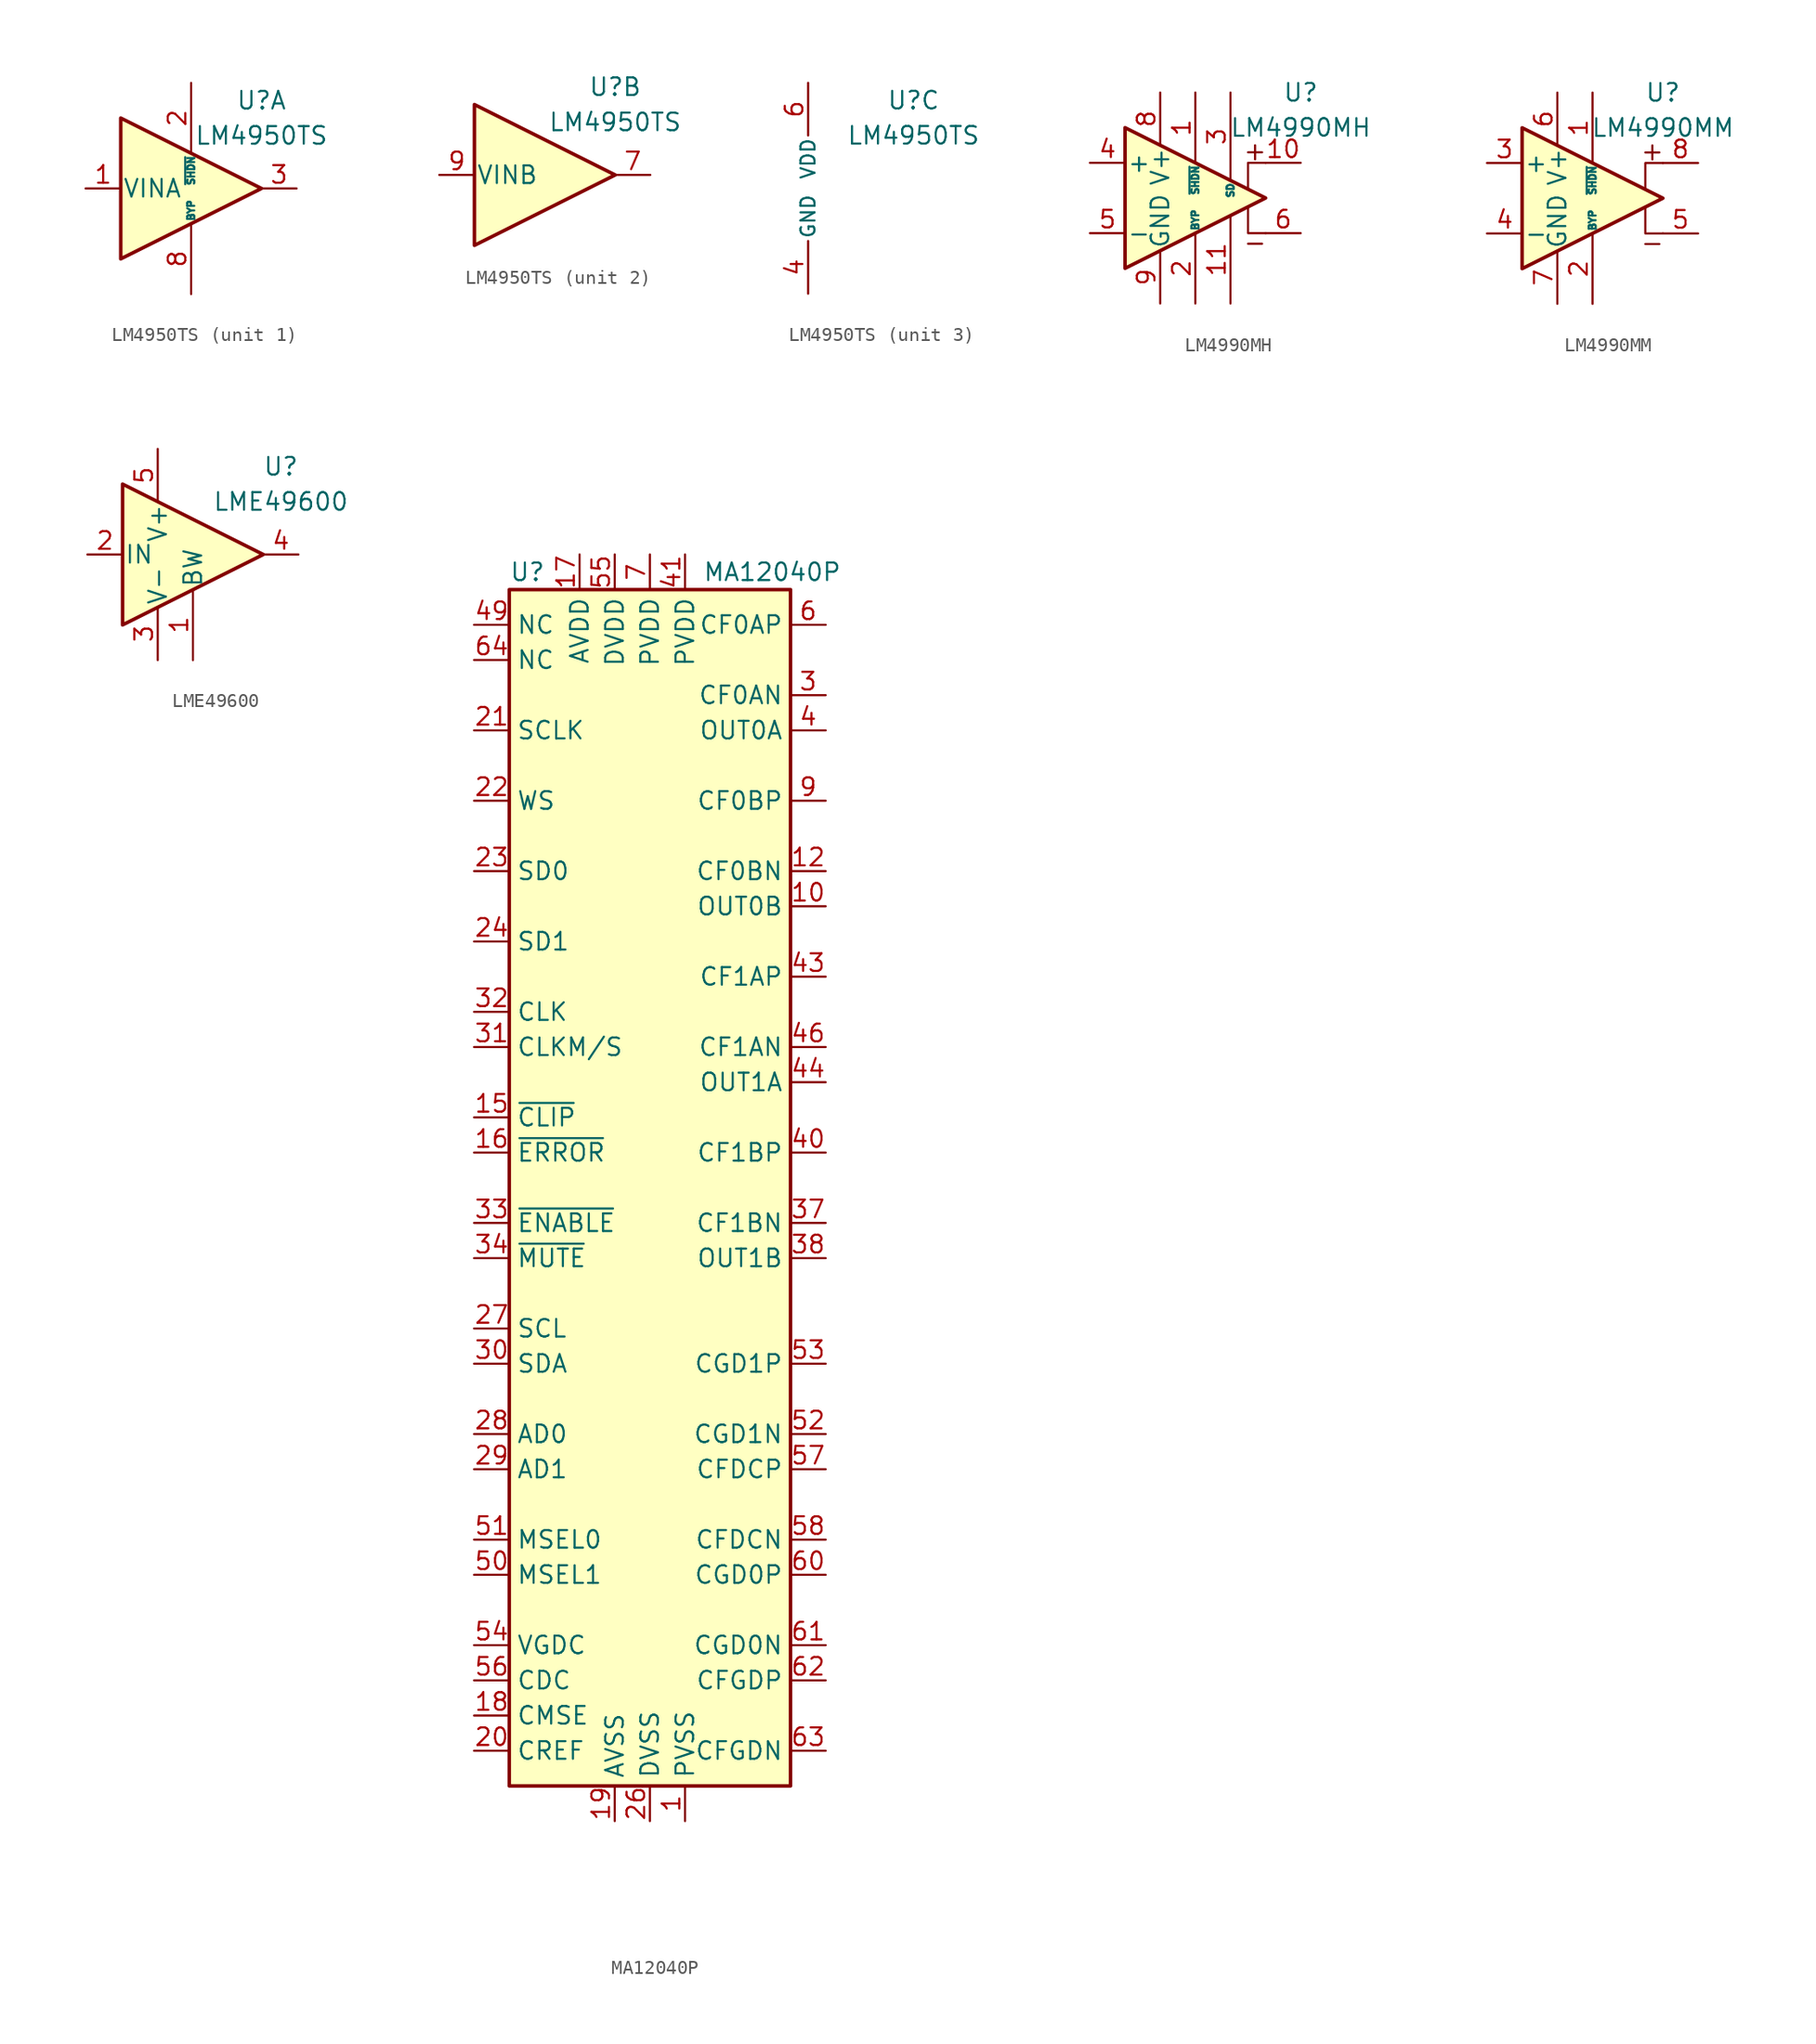
<source format=kicad_sym>
(kicad_symbol_lib
  (version 20241209)
  (generator "kicad_symbol_editor")
  (generator_version "9.0")
  (symbol "LM4950TS"
    (pin_names
      (offset 0.127))
    (property "Reference" "U"
      (at 5.08 6.35 0)
      (effects (font (size 1.27 1.27))))
    (property "Value" "LM4950TS"
      (at 5.08 3.81 0)
      (effects (font (size 1.27 1.27))))
    (property "ki_locked" ""
      (at 0 0 0)
      (effects (font (size 1.27 1.27))))
    (symbol "LM4950TS_1_1"
      (polyline (pts (xy -5.08 5.08) (xy 5.08 0) (xy -5.08 -5.08) (xy -5.08 5.08)) (stroke (width 0.254) (type default)) (fill (type background)))
      (pin input line (at -7.62 0 0) (length 2.54) (name "VINA" (effects (font (size 1.27 1.27)))) (number "1" (effects (font (size 1.27 1.27)))))
      (pin input line (at 0 7.62 270) (length 5.08) (name "~{SHDN}" (effects (font (size 0.508 0.508)))) (number "2" (effects (font (size 1.27 1.27)))))
      (pin passive line (at 0 -7.62 90) (length 5.08) (name "BYP" (effects (font (size 0.508 0.508)))) (number "8" (effects (font (size 1.27 1.27)))))
      (pin output line (at 7.62 0 180) (length 2.54) (name "~" (effects (font (size 1.27 1.27)))) (number "3" (effects (font (size 1.27 1.27))))))
    (symbol "LM4950TS_2_1"
      (polyline (pts (xy -5.08 5.08) (xy 5.08 0) (xy -5.08 -5.08) (xy -5.08 5.08)) (stroke (width 0.254) (type default)) (fill (type background)))
      (pin input line (at -7.62 0 0) (length 2.54) (name "VINB" (effects (font (size 1.27 1.27)))) (number "9" (effects (font (size 1.27 1.27)))))
      (pin output line (at 7.62 0 180) (length 2.54) (name "~" (effects (font (size 1.27 1.27)))) (number "7" (effects (font (size 1.27 1.27))))))
    (symbol "LM4950TS_3_1"
      (pin power_in line (at -2.54 7.62 270) (length 3.81) (name "VDD" (effects (font (size 1.016 1.016)))) (number "6" (effects (font (size 1.27 1.27)))))
      (pin power_in line (at -2.54 -7.62 90) (length 3.81) (name "GND" (effects (font (size 1.016 1.016)))) (number "4" (effects (font (size 1.27 1.27)))))
      (pin passive line (at -2.54 -7.62 90) (length 3.81) (hide yes) (name "GND" (effects (font (size 1.016 1.016)))) (number "5" (effects (font (size 1.27 1.27)))))))
  (symbol "LM4990MH"
    (pin_names
      (offset 0.127))
    (property "Reference" "U"
      (at 7.62 7.62 0)
      (effects (font (size 1.27 1.27))))
    (property "Value" "LM4990MH"
      (at 7.62 5.08 0)
      (effects (font (size 1.27 1.27))))
    (symbol "LM4990MH_0_1"
      (polyline (pts (xy -5.08 5.08) (xy 5.08 0) (xy -5.08 -5.08) (xy -5.08 5.08)) (stroke (width 0.254) (type default)) (fill (type background)))
      (polyline (pts (xy 3.81 -0.635) (xy 3.81 -2.54) (xy 5.08 -2.54)) (stroke (width 0) (type default)) (fill (type none)))
      (polyline (pts (xy 5.08 2.54) (xy 3.81 2.54) (xy 3.81 0.635)) (stroke (width 0) (type default)) (fill (type none))))
    (symbol "LM4990MH_1_1"
      (polyline (pts (xy 3.81 -3.302) (xy 4.826 -3.302)) (stroke (width 0) (type default)) (fill (type none)))
      (polyline (pts (xy 4.318 3.81) (xy 4.318 2.794)) (stroke (width 0) (type default)) (fill (type none)))
      (polyline (pts (xy 4.826 3.302) (xy 3.81 3.302)) (stroke (width 0) (type default)) (fill (type none)))
      (pin input line (at -7.62 2.54 0) (length 2.54) (name "+" (effects (font (size 1.27 1.27)))) (number "4" (effects (font (size 1.27 1.27)))))
      (pin input line (at -7.62 -2.54 0) (length 2.54) (name "-" (effects (font (size 1.27 1.27)))) (number "5" (effects (font (size 1.27 1.27)))))
      (pin power_in line (at -2.54 7.62 270) (length 3.81) (name "V+" (effects (font (size 1.27 1.27)))) (number "8" (effects (font (size 1.27 1.27)))))
      (pin power_in line (at -2.54 -7.62 90) (length 3.81) (name "GND" (effects (font (size 1.27 1.27)))) (number "9" (effects (font (size 1.27 1.27)))))
      (pin input line (at 0 7.62 270) (length 5.08) (name "~{SHDN}" (effects (font (size 0.508 0.508)))) (number "1" (effects (font (size 1.27 1.27)))))
      (pin no_connect line (at 0 2.54 270) (length 2.54) (hide yes) (name "NC" (effects (font (size 1.27 1.27)))) (number "7" (effects (font (size 1.27 1.27)))))
      (pin input line (at 0 -7.62 90) (length 5.08) (name "BYP" (effects (font (size 0.508 0.508)))) (number "2" (effects (font (size 1.27 1.27)))))
      (pin input line (at 2.54 7.62 270) (length 6.35) (name "SD" (effects (font (size 0.508 0.508)))) (number "3" (effects (font (size 1.27 1.27)))))
      (pin power_in line (at 2.54 -7.62 90) (length 6.35) (name "~" (effects (font (size 1.27 1.27)))) (number "11" (effects (font (size 1.27 1.27)))))
      (pin output line (at 7.62 2.54 180) (length 2.54) (name "~" (effects (font (size 1.27 1.27)))) (number "10" (effects (font (size 1.27 1.27)))))
      (pin output line (at 7.62 -2.54 180) (length 2.54) (name "~" (effects (font (size 1.27 1.27)))) (number "6" (effects (font (size 1.27 1.27)))))))
  (symbol "LM4990MM"
    (pin_names
      (offset 0.127))
    (property "Reference" "U"
      (at 5.08 7.62 0)
      (effects (font (size 1.27 1.27))))
    (property "Value" "LM4990MM"
      (at 5.08 5.08 0)
      (effects (font (size 1.27 1.27))))
    (symbol "LM4990MM_0_1"
      (polyline (pts (xy -5.08 5.08) (xy 5.08 0) (xy -5.08 -5.08) (xy -5.08 5.08)) (stroke (width 0.254) (type default)) (fill (type background)))
      (polyline (pts (xy 3.81 -0.635) (xy 3.81 -2.54) (xy 5.08 -2.54)) (stroke (width 0) (type default)) (fill (type none)))
      (polyline (pts (xy 5.08 2.54) (xy 3.81 2.54) (xy 3.81 0.635)) (stroke (width 0) (type default)) (fill (type none))))
    (symbol "LM4990MM_1_1"
      (polyline (pts (xy 3.81 -3.302) (xy 4.826 -3.302)) (stroke (width 0) (type default)) (fill (type none)))
      (polyline (pts (xy 4.318 3.81) (xy 4.318 2.794)) (stroke (width 0) (type default)) (fill (type none)))
      (polyline (pts (xy 4.826 3.302) (xy 3.81 3.302)) (stroke (width 0) (type default)) (fill (type none)))
      (pin input line (at -7.62 2.54 0) (length 2.54) (name "+" (effects (font (size 1.27 1.27)))) (number "3" (effects (font (size 1.27 1.27)))))
      (pin input line (at -7.62 -2.54 0) (length 2.54) (name "-" (effects (font (size 1.27 1.27)))) (number "4" (effects (font (size 1.27 1.27)))))
      (pin power_in line (at -2.54 7.62 270) (length 3.81) (name "V+" (effects (font (size 1.27 1.27)))) (number "6" (effects (font (size 1.27 1.27)))))
      (pin power_in line (at -2.54 -7.62 90) (length 3.81) (name "GND" (effects (font (size 1.27 1.27)))) (number "7" (effects (font (size 1.27 1.27)))))
      (pin input line (at 0 7.62 270) (length 5.08) (name "~{SHDN}" (effects (font (size 0.508 0.508)))) (number "1" (effects (font (size 1.27 1.27)))))
      (pin input line (at 0 -7.62 90) (length 5.08) (name "BYP" (effects (font (size 0.508 0.508)))) (number "2" (effects (font (size 1.27 1.27)))))
      (pin output line (at 7.62 2.54 180) (length 2.54) (name "~" (effects (font (size 1.27 1.27)))) (number "8" (effects (font (size 1.27 1.27)))))
      (pin output line (at 7.62 -2.54 180) (length 2.54) (name "~" (effects (font (size 1.27 1.27)))) (number "5" (effects (font (size 1.27 1.27)))))))
  (symbol "LME49600"
    (pin_names
      (offset 0.127))
    (property "Reference" "U"
      (at 6.35 6.35 0)
      (effects (font (size 1.27 1.27))))
    (property "Value" "LME49600"
      (at 6.35 3.81 0)
      (effects (font (size 1.27 1.27))))
    (symbol "LME49600_0_1"
      (polyline (pts (xy -5.08 5.08) (xy 5.08 0) (xy -5.08 -5.08) (xy -5.08 5.08)) (stroke (width 0.254) (type default)) (fill (type background))))
    (symbol "LME49600_1_1"
      (pin input line (at -7.62 0 0) (length 2.54) (name "IN" (effects (font (size 1.27 1.27)))) (number "2" (effects (font (size 1.27 1.27)))))
      (pin power_in line (at -2.54 7.62 270) (length 3.81) (name "V+" (effects (font (size 1.27 1.27)))) (number "5" (effects (font (size 1.27 1.27)))))
      (pin power_in line (at -2.54 -7.62 90) (length 3.81) (name "V-" (effects (font (size 1.27 1.27)))) (number "3" (effects (font (size 1.27 1.27)))))
      (pin passive line (at 0 -7.62 90) (length 5.08) (name "BW" (effects (font (size 1.27 1.27)))) (number "1" (effects (font (size 1.27 1.27)))))
      (pin output line (at 7.62 0 180) (length 2.54) (name "~" (effects (font (size 1.27 1.27)))) (number "4" (effects (font (size 1.27 1.27)))))))
  (symbol "MA12040P"
    (property "Reference" "U"
      (at -10.16 44.45 0)
      (effects (font (size 1.27 1.27)) (justify left)))
    (property "Value" "MA12040P"
      (at 3.81 44.45 0)
      (effects (font (size 1.27 1.27)) (justify left)))
    (symbol "MA12040P_0_1"
      (rectangle (start -10.16 -43.18) (end 10.16 43.18) (stroke (width 0.254) (type default)) (fill (type background))))
    (symbol "MA12040P_1_1"
      (pin passive line (at -12.7 40.64 0) (length 2.54) (name "NC" (effects (font (size 1.27 1.27)))) (number "49" (effects (font (size 1.27 1.27)))))
      (pin passive line (at -12.7 38.1 0) (length 2.54) (name "NC" (effects (font (size 1.27 1.27)))) (number "64" (effects (font (size 1.27 1.27)))))
      (pin input line (at -12.7 33.02 0) (length 2.54) (name "SCLK" (effects (font (size 1.27 1.27)))) (number "21" (effects (font (size 1.27 1.27)))))
      (pin input line (at -12.7 27.94 0) (length 2.54) (name "WS" (effects (font (size 1.27 1.27)))) (number "22" (effects (font (size 1.27 1.27)))))
      (pin input line (at -12.7 22.86 0) (length 2.54) (name "SD0" (effects (font (size 1.27 1.27)))) (number "23" (effects (font (size 1.27 1.27)))))
      (pin input line (at -12.7 17.78 0) (length 2.54) (name "SD1" (effects (font (size 1.27 1.27)))) (number "24" (effects (font (size 1.27 1.27)))))
      (pin input line (at -12.7 12.7 0) (length 2.54) (name "CLK" (effects (font (size 1.27 1.27)))) (number "32" (effects (font (size 1.27 1.27)))))
      (pin input line (at -12.7 10.16 0) (length 2.54) (name "CLKM/S" (effects (font (size 1.27 1.27)))) (number "31" (effects (font (size 1.27 1.27)))))
      (pin output line (at -12.7 5.08 0) (length 2.54) (name "~{CLIP}" (effects (font (size 1.27 1.27)))) (number "15" (effects (font (size 1.27 1.27)))))
      (pin output line (at -12.7 2.54 0) (length 2.54) (name "~{ERROR}" (effects (font (size 1.27 1.27)))) (number "16" (effects (font (size 1.27 1.27)))))
      (pin input line (at -12.7 -2.54 0) (length 2.54) (name "~{ENABLE}" (effects (font (size 1.27 1.27)))) (number "33" (effects (font (size 1.27 1.27)))))
      (pin input line (at -12.7 -5.08 0) (length 2.54) (name "~{MUTE}" (effects (font (size 1.27 1.27)))) (number "34" (effects (font (size 1.27 1.27)))))
      (pin input line (at -12.7 -10.16 0) (length 2.54) (name "SCL" (effects (font (size 1.27 1.27)))) (number "27" (effects (font (size 1.27 1.27)))))
      (pin bidirectional line (at -12.7 -12.7 0) (length 2.54) (name "SDA" (effects (font (size 1.27 1.27)))) (number "30" (effects (font (size 1.27 1.27)))))
      (pin input line (at -12.7 -17.78 0) (length 2.54) (name "AD0" (effects (font (size 1.27 1.27)))) (number "28" (effects (font (size 1.27 1.27)))))
      (pin input line (at -12.7 -20.32 0) (length 2.54) (name "AD1" (effects (font (size 1.27 1.27)))) (number "29" (effects (font (size 1.27 1.27)))))
      (pin input line (at -12.7 -25.4 0) (length 2.54) (name "MSEL0" (effects (font (size 1.27 1.27)))) (number "51" (effects (font (size 1.27 1.27)))))
      (pin input line (at -12.7 -27.94 0) (length 2.54) (name "MSEL1" (effects (font (size 1.27 1.27)))) (number "50" (effects (font (size 1.27 1.27)))))
      (pin passive line (at -12.7 -33.02 0) (length 2.54) (name "VGDC" (effects (font (size 1.27 1.27)))) (number "54" (effects (font (size 1.27 1.27)))))
      (pin passive line (at -12.7 -35.56 0) (length 2.54) (name "CDC" (effects (font (size 1.27 1.27)))) (number "56" (effects (font (size 1.27 1.27)))))
      (pin passive line (at -12.7 -38.1 0) (length 2.54) (name "CMSE" (effects (font (size 1.27 1.27)))) (number "18" (effects (font (size 1.27 1.27)))))
      (pin passive line (at -12.7 -40.64 0) (length 2.54) (name "CREF" (effects (font (size 1.27 1.27)))) (number "20" (effects (font (size 1.27 1.27)))))
      (pin power_in line (at -5.08 45.72 270) (length 2.54) (name "AVDD" (effects (font (size 1.27 1.27)))) (number "17" (effects (font (size 1.27 1.27)))))
      (pin power_in line (at -2.54 45.72 270) (length 2.54) (name "DVDD" (effects (font (size 1.27 1.27)))) (number "55" (effects (font (size 1.27 1.27)))))
      (pin power_in line (at -2.54 -45.72 90) (length 2.54) (name "AVSS" (effects (font (size 1.27 1.27)))) (number "19" (effects (font (size 1.27 1.27)))))
      (pin passive line (at -2.54 -45.72 90) (length 2.54) (hide yes) (name "AVSS" (effects (font (size 1.27 1.27)))) (number "25" (effects (font (size 1.27 1.27)))))
      (pin power_in line (at 0 45.72 270) (length 2.54) (name "PVDD" (effects (font (size 1.27 1.27)))) (number "7" (effects (font (size 1.27 1.27)))))
      (pin passive line (at 0 45.72 270) (length 2.54) (hide yes) (name "PVDD" (effects (font (size 1.27 1.27)))) (number "8" (effects (font (size 1.27 1.27)))))
      (pin power_in line (at 0 -45.72 90) (length 2.54) (name "DVSS" (effects (font (size 1.27 1.27)))) (number "26" (effects (font (size 1.27 1.27)))))
      (pin passive line (at 0 -45.72 90) (length 2.54) (hide yes) (name "DVSS" (effects (font (size 1.27 1.27)))) (number "59" (effects (font (size 1.27 1.27)))))
      (pin power_in line (at 2.54 45.72 270) (length 2.54) (name "PVDD" (effects (font (size 1.27 1.27)))) (number "41" (effects (font (size 1.27 1.27)))))
      (pin passive line (at 2.54 45.72 270) (length 2.54) (hide yes) (name "PVDD" (effects (font (size 1.27 1.27)))) (number "42" (effects (font (size 1.27 1.27)))))
      (pin power_in line (at 2.54 -45.72 90) (length 2.54) (name "PVSS" (effects (font (size 1.27 1.27)))) (number "1" (effects (font (size 1.27 1.27)))))
      (pin passive line (at 2.54 -45.72 90) (length 2.54) (hide yes) (name "PVSS" (effects (font (size 1.27 1.27)))) (number "13" (effects (font (size 1.27 1.27)))))
      (pin passive line (at 2.54 -45.72 90) (length 2.54) (hide yes) (name "PVSS" (effects (font (size 1.27 1.27)))) (number "14" (effects (font (size 1.27 1.27)))))
      (pin passive line (at 2.54 -45.72 90) (length 2.54) (hide yes) (name "PVSS" (effects (font (size 1.27 1.27)))) (number "2" (effects (font (size 1.27 1.27)))))
      (pin passive line (at 2.54 -45.72 90) (length 2.54) (hide yes) (name "PVSS" (effects (font (size 1.27 1.27)))) (number "35" (effects (font (size 1.27 1.27)))))
      (pin passive line (at 2.54 -45.72 90) (length 2.54) (hide yes) (name "PVSS" (effects (font (size 1.27 1.27)))) (number "36" (effects (font (size 1.27 1.27)))))
      (pin passive line (at 2.54 -45.72 90) (length 2.54) (hide yes) (name "PVSS" (effects (font (size 1.27 1.27)))) (number "47" (effects (font (size 1.27 1.27)))))
      (pin passive line (at 2.54 -45.72 90) (length 2.54) (hide yes) (name "PVSS" (effects (font (size 1.27 1.27)))) (number "48" (effects (font (size 1.27 1.27)))))
      (pin passive line (at 12.7 40.64 180) (length 2.54) (name "CF0AP" (effects (font (size 1.27 1.27)))) (number "6" (effects (font (size 1.27 1.27)))))
      (pin passive line (at 12.7 35.56 180) (length 2.54) (name "CF0AN" (effects (font (size 1.27 1.27)))) (number "3" (effects (font (size 1.27 1.27)))))
      (pin output line (at 12.7 33.02 180) (length 2.54) (name "OUT0A" (effects (font (size 1.27 1.27)))) (number "4" (effects (font (size 1.27 1.27)))))
      (pin passive line (at 12.7 33.02 180) (length 2.54) (hide yes) (name "OUT0A" (effects (font (size 1.27 1.27)))) (number "5" (effects (font (size 1.27 1.27)))))
      (pin passive line (at 12.7 27.94 180) (length 2.54) (name "CF0BP" (effects (font (size 1.27 1.27)))) (number "9" (effects (font (size 1.27 1.27)))))
      (pin passive line (at 12.7 22.86 180) (length 2.54) (name "CF0BN" (effects (font (size 1.27 1.27)))) (number "12" (effects (font (size 1.27 1.27)))))
      (pin output line (at 12.7 20.32 180) (length 2.54) (name "OUT0B" (effects (font (size 1.27 1.27)))) (number "10" (effects (font (size 1.27 1.27)))))
      (pin passive line (at 12.7 20.32 180) (length 2.54) (hide yes) (name "OUT0B" (effects (font (size 1.27 1.27)))) (number "11" (effects (font (size 1.27 1.27)))))
      (pin passive line (at 12.7 15.24 180) (length 2.54) (name "CF1AP" (effects (font (size 1.27 1.27)))) (number "43" (effects (font (size 1.27 1.27)))))
      (pin passive line (at 12.7 10.16 180) (length 2.54) (name "CF1AN" (effects (font (size 1.27 1.27)))) (number "46" (effects (font (size 1.27 1.27)))))
      (pin output line (at 12.7 7.62 180) (length 2.54) (name "OUT1A" (effects (font (size 1.27 1.27)))) (number "44" (effects (font (size 1.27 1.27)))))
      (pin passive line (at 12.7 7.62 180) (length 2.54) (hide yes) (name "OUT1A" (effects (font (size 1.27 1.27)))) (number "45" (effects (font (size 1.27 1.27)))))
      (pin passive line (at 12.7 2.54 180) (length 2.54) (name "CF1BP" (effects (font (size 1.27 1.27)))) (number "40" (effects (font (size 1.27 1.27)))))
      (pin passive line (at 12.7 -2.54 180) (length 2.54) (name "CF1BN" (effects (font (size 1.27 1.27)))) (number "37" (effects (font (size 1.27 1.27)))))
      (pin output line (at 12.7 -5.08 180) (length 2.54) (name "OUT1B" (effects (font (size 1.27 1.27)))) (number "38" (effects (font (size 1.27 1.27)))))
      (pin passive line (at 12.7 -5.08 180) (length 2.54) (hide yes) (name "OUT1B" (effects (font (size 1.27 1.27)))) (number "39" (effects (font (size 1.27 1.27)))))
      (pin passive line (at 12.7 -12.7 180) (length 2.54) (name "CGD1P" (effects (font (size 1.27 1.27)))) (number "53" (effects (font (size 1.27 1.27)))))
      (pin passive line (at 12.7 -17.78 180) (length 2.54) (name "CGD1N" (effects (font (size 1.27 1.27)))) (number "52" (effects (font (size 1.27 1.27)))))
      (pin passive line (at 12.7 -20.32 180) (length 2.54) (name "CFDCP" (effects (font (size 1.27 1.27)))) (number "57" (effects (font (size 1.27 1.27)))))
      (pin passive line (at 12.7 -25.4 180) (length 2.54) (name "CFDCN" (effects (font (size 1.27 1.27)))) (number "58" (effects (font (size 1.27 1.27)))))
      (pin passive line (at 12.7 -27.94 180) (length 2.54) (name "CGD0P" (effects (font (size 1.27 1.27)))) (number "60" (effects (font (size 1.27 1.27)))))
      (pin passive line (at 12.7 -33.02 180) (length 2.54) (name "CGD0N" (effects (font (size 1.27 1.27)))) (number "61" (effects (font (size 1.27 1.27)))))
      (pin passive line (at 12.7 -35.56 180) (length 2.54) (name "CFGDP" (effects (font (size 1.27 1.27)))) (number "62" (effects (font (size 1.27 1.27)))))
      (pin passive line (at 12.7 -40.64 180) (length 2.54) (name "CFGDN" (effects (font (size 1.27 1.27)))) (number "63" (effects (font (size 1.27 1.27))))))))
</source>
